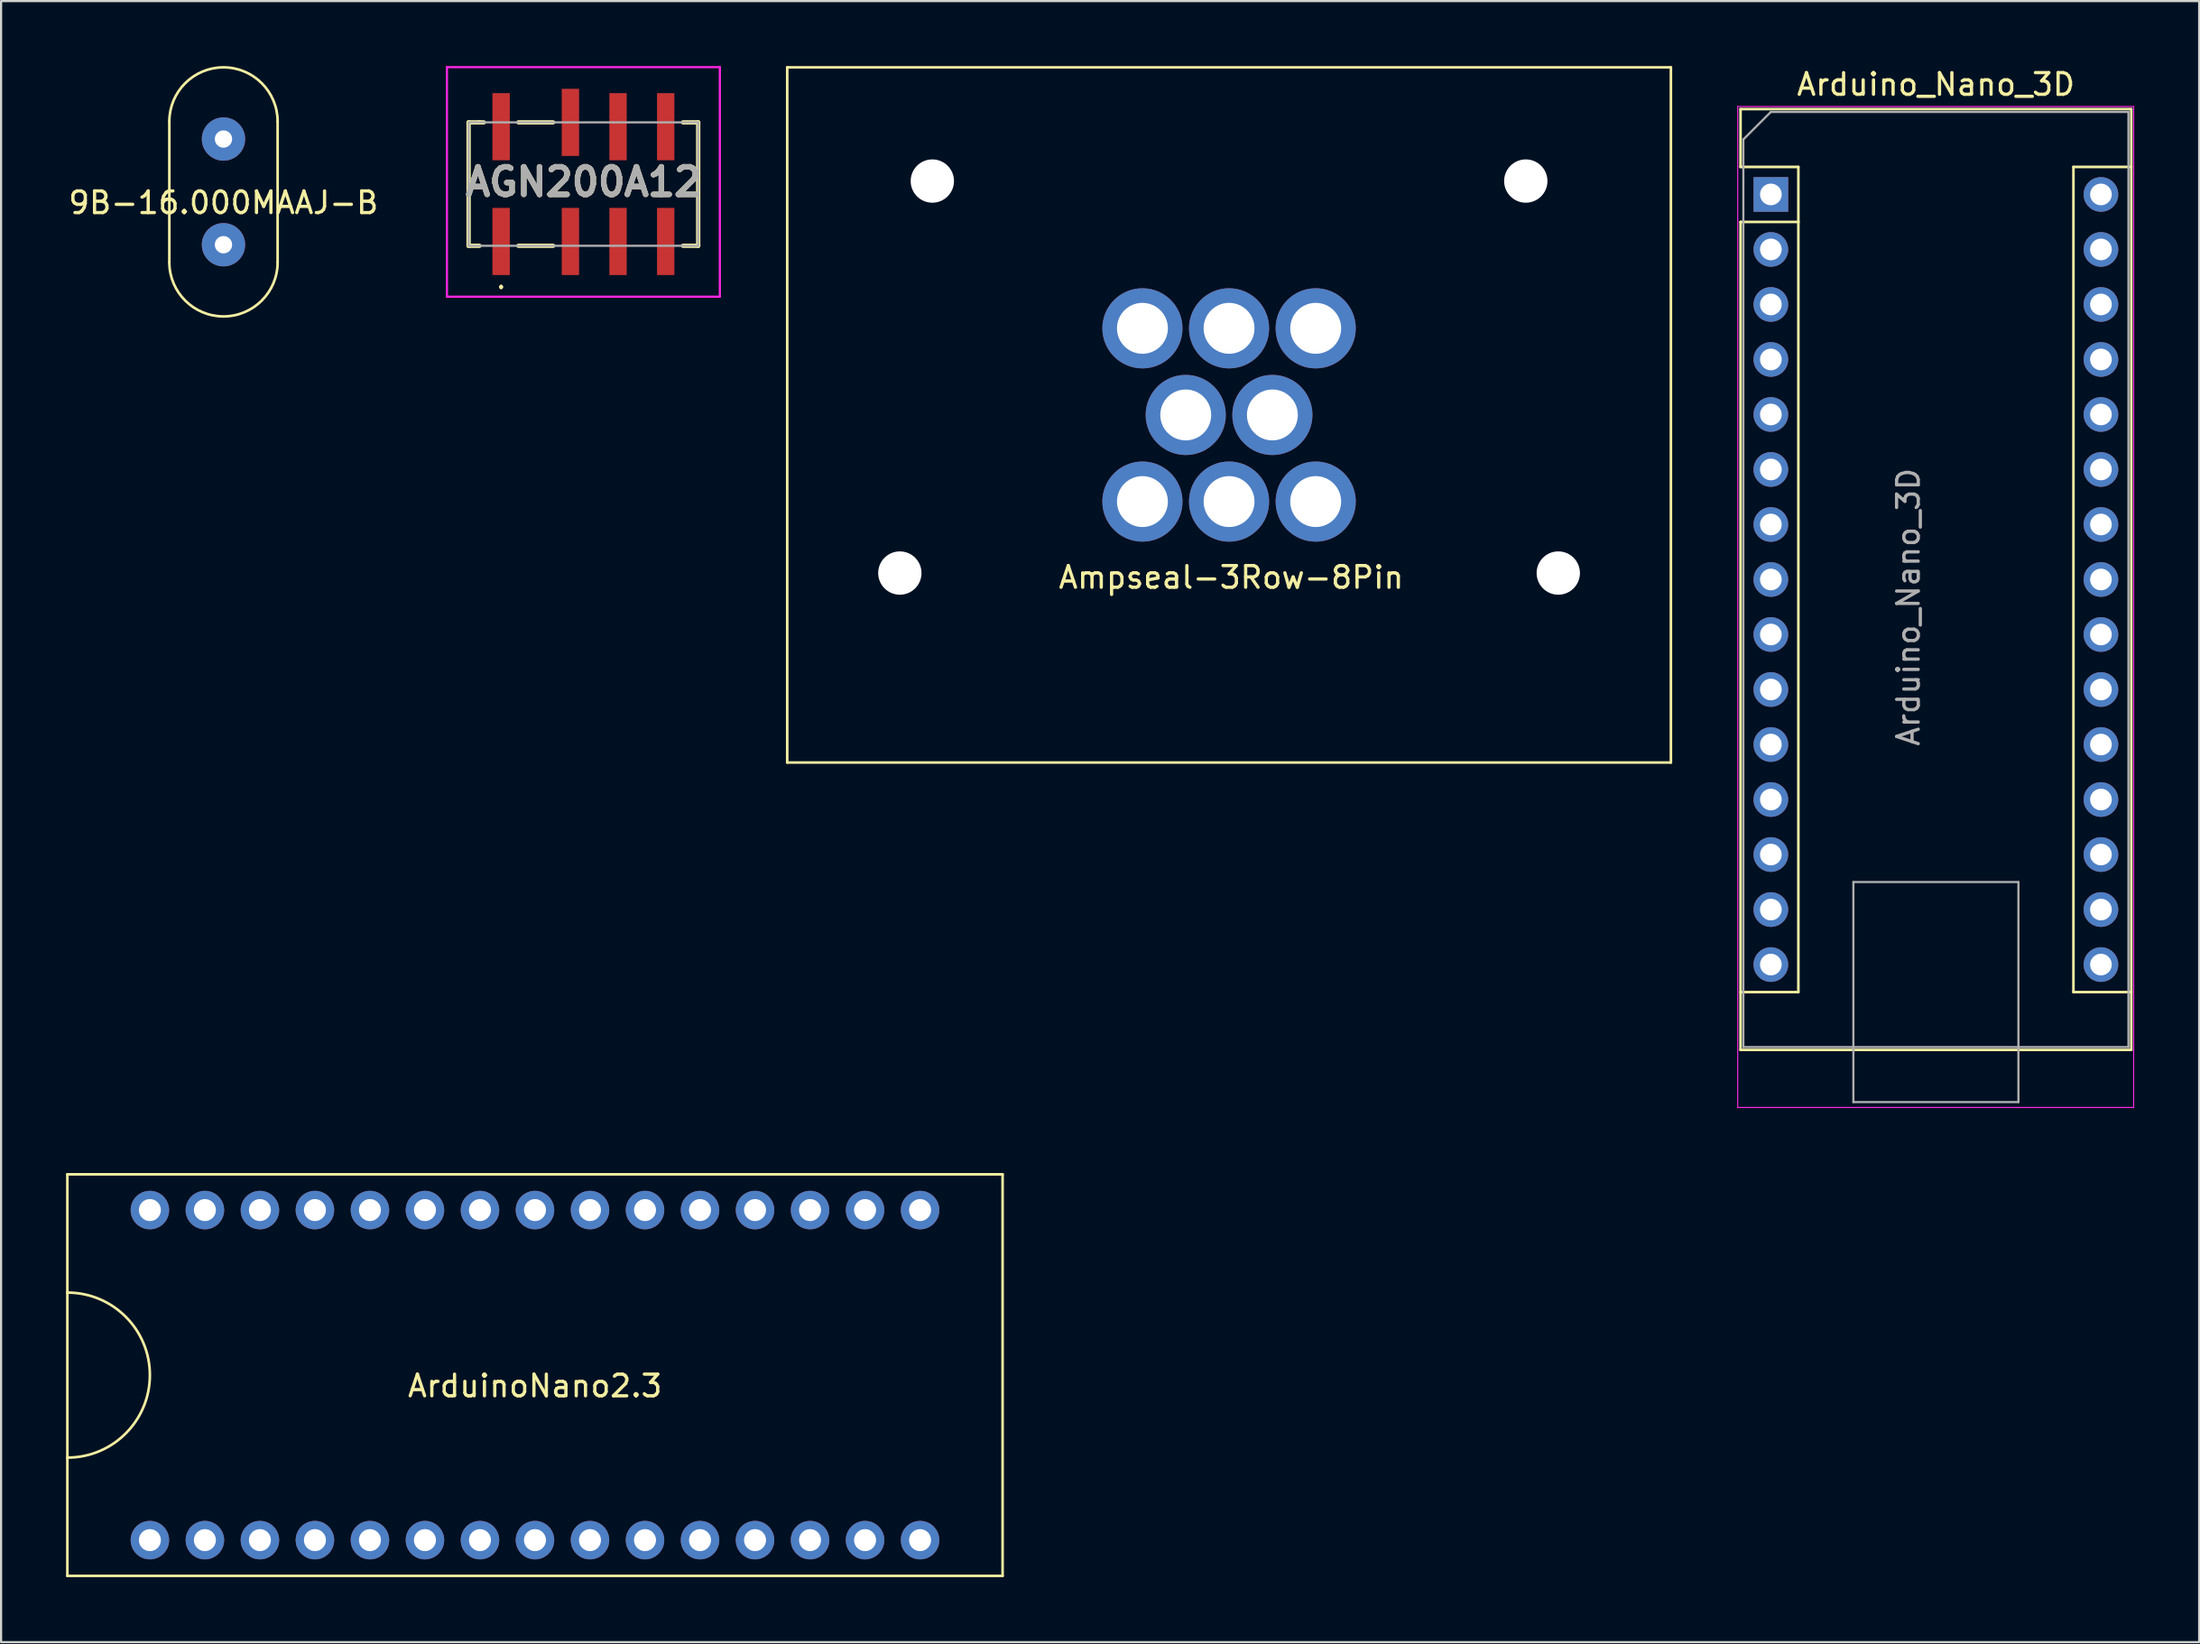
<source format=kicad_pcb>
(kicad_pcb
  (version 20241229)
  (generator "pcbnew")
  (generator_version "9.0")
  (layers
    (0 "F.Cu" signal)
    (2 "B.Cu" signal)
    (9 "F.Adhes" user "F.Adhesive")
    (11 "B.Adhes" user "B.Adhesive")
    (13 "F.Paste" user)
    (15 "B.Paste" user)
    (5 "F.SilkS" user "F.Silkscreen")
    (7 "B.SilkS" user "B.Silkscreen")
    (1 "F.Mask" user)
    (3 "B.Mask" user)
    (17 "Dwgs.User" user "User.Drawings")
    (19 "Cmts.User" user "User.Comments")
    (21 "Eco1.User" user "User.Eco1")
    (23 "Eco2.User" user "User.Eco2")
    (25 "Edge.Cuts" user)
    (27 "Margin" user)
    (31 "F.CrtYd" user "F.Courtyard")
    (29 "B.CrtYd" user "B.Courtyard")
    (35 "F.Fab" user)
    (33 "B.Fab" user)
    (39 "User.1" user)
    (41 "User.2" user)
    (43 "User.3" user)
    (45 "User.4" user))
  (footprint "AGN200A12"
    (layer "F.Cu")
    (at 23.886 5.45)
    (property "Reference" "AGN200A12" (at 0 -0.1 0) (layer "F.SilkS") (effects (font (size 1.27 1.27) (thickness 0.254))))
    (attr smd)
    (fp_line (start -5.3 -2.85) (end -4.8 -2.85) (stroke (width 0.2) (type solid)) (layer "F.SilkS"))
    (fp_line (start -5.3 2.85) (end -5.3 -2.85) (stroke (width 0.2) (type solid)) (layer "F.SilkS"))
    (fp_line (start -4.8 -2.85) (end -4.6 -2.85) (stroke (width 0.2) (type solid)) (layer "F.SilkS"))
    (fp_line (start -4.8 2.85) (end -5.3 2.85) (stroke (width 0.2) (type solid)) (layer "F.SilkS"))
    (fp_line (start -3.8 4.7) (end -3.8 4.7) (stroke (width 0.1) (type solid)) (layer "F.SilkS"))
    (fp_line (start -3.8 4.8) (end -3.8 4.8) (stroke (width 0.1) (type solid)) (layer "F.SilkS"))
    (fp_line (start -3 -2.85) (end -1.4 -2.85) (stroke (width 0.2) (type solid)) (layer "F.SilkS"))
    (fp_line (start -3 2.85) (end -1.4 2.85) (stroke (width 0.2) (type solid)) (layer "F.SilkS"))
    (fp_line (start 4.6 -2.85) (end 5.3 -2.85) (stroke (width 0.2) (type solid)) (layer "F.SilkS"))
    (fp_line (start 5.3 -2.85) (end 5.3 2.8) (stroke (width 0.2) (type solid)) (layer "F.SilkS"))
    (fp_line (start 5.3 2.8) (end 5.3 2.85) (stroke (width 0.2) (type solid)) (layer "F.SilkS"))
    (fp_line (start 5.3 2.85) (end 4.6 2.85) (stroke (width 0.2) (type solid)) (layer "F.SilkS"))
    (fp_arc (start -3.8 4.7) (mid -3.75 4.75) (end -3.8 4.8) (stroke (width 0.1) (type solid)) (layer "F.SilkS"))
    (fp_arc (start -3.8 4.8) (mid -3.85 4.75) (end -3.8 4.7) (stroke (width 0.1) (type solid)) (layer "F.SilkS"))
    (fp_line (start -6.3 -5.4) (end 6.3 -5.4) (stroke (width 0.1) (type solid)) (layer "F.CrtYd"))
    (fp_line (start -6.3 5.2) (end -6.3 -5.4) (stroke (width 0.1) (type solid)) (layer "F.CrtYd"))
    (fp_line (start 6.3 -5.4) (end 6.3 5.2) (stroke (width 0.1) (type solid)) (layer "F.CrtYd"))
    (fp_line (start 6.3 5.2) (end -6.3 5.2) (stroke (width 0.1) (type solid)) (layer "F.CrtYd"))
    (fp_line (start -5.3 -2.85) (end -5.3 2.85) (stroke (width 0.1) (type solid)) (layer "F.Fab"))
    (fp_line (start -5.3 2.85) (end 5.3 2.85) (stroke (width 0.1) (type solid)) (layer "F.Fab"))
    (fp_line (start 5.3 -2.85) (end -5.3 -2.85) (stroke (width 0.1) (type solid)) (layer "F.Fab"))
    (fp_line (start 5.3 2.85) (end 5.3 -2.85) (stroke (width 0.1) (type solid)) (layer "F.Fab"))
    (fp_text user "${REFERENCE}" (at 0 -0.1 0) (layer "F.Fab") (effects (font (size 1.27 1.27) (thickness 0.254))))
    (pad "1" smd rect (at -3.8 2.65) (size 0.8 3.1) (layers "F.Cu" "F.Mask" "F.Paste"))
    (pad "2" smd rect (at -0.6 2.65) (size 0.8 3.1) (layers "F.Cu" "F.Mask" "F.Paste"))
    (pad "3" smd rect (at 1.6 2.65) (size 0.8 3.1) (layers "F.Cu" "F.Mask" "F.Paste"))
    (pad "4" smd rect (at 3.8 2.65) (size 0.8 3.1) (layers "F.Cu" "F.Mask" "F.Paste"))
    (pad "5" smd rect (at 3.8 -2.65) (size 0.8 3.1) (layers "F.Cu" "F.Mask" "F.Paste"))
    (pad "6" smd rect (at 1.6 -2.65) (size 0.8 3.1) (layers "F.Cu" "F.Mask" "F.Paste"))
    (pad "7" smd rect (at -0.6 -2.85) (size 0.8 3.1) (layers "F.Cu" "F.Mask" "F.Paste"))
    (pad "8" smd rect (at -3.8 -2.65) (size 0.8 3.1) (layers "F.Cu" "F.Mask" "F.Paste")))
  (footprint "Ampseal-3Row-8Pin"
    (layer "F.Cu")
    (at 53.696 16.11)
    (property "Reference" "Ampseal-3Row-8Pin" (at 0.1 7.5 0) (layer "F.SilkS") (effects (font (size 1 1) (thickness 0.15))))
    (attr through_hole)
    (fp_line (start -20.4 -16.05) (end 20.4 -16.05) (stroke (width 0.12) (type solid)) (layer "F.SilkS"))
    (fp_line (start -20.4 16.05) (end -20.4 -16.05) (stroke (width 0.12) (type solid)) (layer "F.SilkS"))
    (fp_line (start 20.4 -16.05) (end 20.4 16.05) (stroke (width 0.12) (type solid)) (layer "F.SilkS"))
    (fp_line (start 20.4 16.05) (end -20.4 16.05) (stroke (width 0.12) (type solid)) (layer "F.SilkS"))
    (pad "" np_thru_hole circle (at -15.2 7.3) (size 2 2) (drill 2) (layers "*.Cu" "*.Mask"))
    (pad "" np_thru_hole circle (at -13.7 -10.8) (size 2 2) (drill 2) (layers "*.Cu" "*.Mask"))
    (pad "" np_thru_hole circle (at 13.7 -10.8) (size 2 2) (drill 2) (layers "*.Cu" "*.Mask"))
    (pad "" np_thru_hole circle (at 15.2 7.3) (size 2 2) (drill 2) (layers "*.Cu" "*.Mask"))
    (pad "1" thru_hole circle (at -4 -4) (size 3.7 3.7) (drill 2.35) (layers "*.Cu" "*.Mask"))
    (pad "2" thru_hole circle (at 0 -4) (size 3.7 3.7) (drill 2.35) (layers "*.Cu" "*.Mask"))
    (pad "3" thru_hole circle (at 4 -4) (size 3.7 3.7) (drill 2.35) (layers "*.Cu" "*.Mask"))
    (pad "4" thru_hole circle (at -2 0) (size 3.7 3.7) (drill 2.35) (layers "*.Cu" "*.Mask"))
    (pad "5" thru_hole circle (at 2 0) (size 3.7 3.7) (drill 2.35) (layers "*.Cu" "*.Mask"))
    (pad "6" thru_hole circle (at -4 4) (size 3.7 3.7) (drill 2.35) (layers "*.Cu" "*.Mask"))
    (pad "7" thru_hole circle (at 0 4) (size 3.7 3.7) (drill 2.35) (layers "*.Cu" "*.Mask"))
    (pad "8" thru_hole circle (at 4 4) (size 3.7 3.7) (drill 2.35) (layers "*.Cu" "*.Mask")))
  (footprint "Arduino_Nano_3D"
    (layer "F.Cu")
    (at 78.711 5.928)
    (property "Reference" "Arduino_Nano_3D" (at 7.62 -5.08 0) (layer "F.SilkS") (effects (font (size 1 1) (thickness 0.15))))
    (attr through_hole)
    (fp_line (start -1.4 -3.94) (end -1.4 -1.27) (stroke (width 0.12) (type solid)) (layer "F.SilkS"))
    (fp_line (start -1.4 1.27) (end -1.4 39.5) (stroke (width 0.12) (type solid)) (layer "F.SilkS"))
    (fp_line (start -1.4 39.5) (end 16.64 39.5) (stroke (width 0.12) (type solid)) (layer "F.SilkS"))
    (fp_line (start 1.27 -1.27) (end -1.4 -1.27) (stroke (width 0.12) (type solid)) (layer "F.SilkS"))
    (fp_line (start 1.27 1.27) (end -1.4 1.27) (stroke (width 0.12) (type solid)) (layer "F.SilkS"))
    (fp_line (start 1.27 1.27) (end 1.27 -1.27) (stroke (width 0.12) (type solid)) (layer "F.SilkS"))
    (fp_line (start 1.27 1.27) (end 1.27 36.83) (stroke (width 0.12) (type solid)) (layer "F.SilkS"))
    (fp_line (start 1.27 36.83) (end -1.4 36.83) (stroke (width 0.12) (type solid)) (layer "F.SilkS"))
    (fp_line (start 13.97 -1.27) (end 13.97 36.83) (stroke (width 0.12) (type solid)) (layer "F.SilkS"))
    (fp_line (start 13.97 -1.27) (end 16.64 -1.27) (stroke (width 0.12) (type solid)) (layer "F.SilkS"))
    (fp_line (start 13.97 36.83) (end 16.64 36.83) (stroke (width 0.12) (type solid)) (layer "F.SilkS"))
    (fp_line (start 16.64 -3.94) (end -1.4 -3.94) (stroke (width 0.12) (type solid)) (layer "F.SilkS"))
    (fp_line (start 16.64 39.5) (end 16.64 -3.94) (stroke (width 0.12) (type solid)) (layer "F.SilkS"))
    (fp_line (start -1.53 -4.06) (end -1.53 42.16) (stroke (width 0.05) (type solid)) (layer "F.CrtYd"))
    (fp_line (start -1.53 -4.06) (end 16.75 -4.06) (stroke (width 0.05) (type solid)) (layer "F.CrtYd"))
    (fp_line (start 16.75 42.16) (end -1.53 42.16) (stroke (width 0.05) (type solid)) (layer "F.CrtYd"))
    (fp_line (start 16.75 42.16) (end 16.75 -4.06) (stroke (width 0.05) (type solid)) (layer "F.CrtYd"))
    (fp_line (start -1.27 -2.54) (end 0 -3.81) (stroke (width 0.1) (type solid)) (layer "F.Fab"))
    (fp_line (start -1.27 39.37) (end -1.27 -2.54) (stroke (width 0.1) (type solid)) (layer "F.Fab"))
    (fp_line (start 0 -3.81) (end 16.51 -3.81) (stroke (width 0.1) (type solid)) (layer "F.Fab"))
    (fp_line (start 3.81 31.75) (end 11.43 31.75) (stroke (width 0.1) (type solid)) (layer "F.Fab"))
    (fp_line (start 3.81 41.91) (end 3.81 31.75) (stroke (width 0.1) (type solid)) (layer "F.Fab"))
    (fp_line (start 11.43 31.75) (end 11.43 41.91) (stroke (width 0.1) (type solid)) (layer "F.Fab"))
    (fp_line (start 11.43 41.91) (end 3.81 41.91) (stroke (width 0.1) (type solid)) (layer "F.Fab"))
    (fp_line (start 16.51 -3.81) (end 16.51 39.37) (stroke (width 0.1) (type solid)) (layer "F.Fab"))
    (fp_line (start 16.51 39.37) (end -1.27 39.37) (stroke (width 0.1) (type solid)) (layer "F.Fab"))
    (fp_text user "${REFERENCE}" (at 6.35 19.05 90) (layer "F.Fab") (effects (font (size 1 1) (thickness 0.15))))
    (pad "1" thru_hole rect (at 0 0) (size 1.6 1.6) (drill 1) (layers "*.Cu" "*.Mask"))
    (pad "2" thru_hole oval (at 0 2.54) (size 1.6 1.6) (drill 1) (layers "*.Cu" "*.Mask"))
    (pad "3" thru_hole oval (at 0 5.08) (size 1.6 1.6) (drill 1) (layers "*.Cu" "*.Mask"))
    (pad "4" thru_hole oval (at 0 7.62) (size 1.6 1.6) (drill 1) (layers "*.Cu" "*.Mask"))
    (pad "5" thru_hole oval (at 0 10.16) (size 1.6 1.6) (drill 1) (layers "*.Cu" "*.Mask"))
    (pad "6" thru_hole oval (at 0 12.7) (size 1.6 1.6) (drill 1) (layers "*.Cu" "*.Mask"))
    (pad "7" thru_hole oval (at 0 15.24) (size 1.6 1.6) (drill 1) (layers "*.Cu" "*.Mask"))
    (pad "8" thru_hole oval (at 0 17.78) (size 1.6 1.6) (drill 1) (layers "*.Cu" "*.Mask"))
    (pad "9" thru_hole oval (at 0 20.32) (size 1.6 1.6) (drill 1) (layers "*.Cu" "*.Mask"))
    (pad "10" thru_hole oval (at 0 22.86) (size 1.6 1.6) (drill 1) (layers "*.Cu" "*.Mask"))
    (pad "11" thru_hole oval (at 0 25.4) (size 1.6 1.6) (drill 1) (layers "*.Cu" "*.Mask"))
    (pad "12" thru_hole oval (at 0 27.94) (size 1.6 1.6) (drill 1) (layers "*.Cu" "*.Mask"))
    (pad "13" thru_hole oval (at 0 30.48) (size 1.6 1.6) (drill 1) (layers "*.Cu" "*.Mask"))
    (pad "14" thru_hole oval (at 0 33.02) (size 1.6 1.6) (drill 1) (layers "*.Cu" "*.Mask"))
    (pad "15" thru_hole oval (at 0 35.56) (size 1.6 1.6) (drill 1) (layers "*.Cu" "*.Mask"))
    (pad "16" thru_hole oval (at 15.24 35.56) (size 1.6 1.6) (drill 1) (layers "*.Cu" "*.Mask"))
    (pad "17" thru_hole oval (at 15.24 33.02) (size 1.6 1.6) (drill 1) (layers "*.Cu" "*.Mask"))
    (pad "18" thru_hole oval (at 15.24 30.48) (size 1.6 1.6) (drill 1) (layers "*.Cu" "*.Mask"))
    (pad "19" thru_hole oval (at 15.24 27.94) (size 1.6 1.6) (drill 1) (layers "*.Cu" "*.Mask"))
    (pad "20" thru_hole oval (at 15.24 25.4) (size 1.6 1.6) (drill 1) (layers "*.Cu" "*.Mask"))
    (pad "21" thru_hole oval (at 15.24 22.86) (size 1.6 1.6) (drill 1) (layers "*.Cu" "*.Mask"))
    (pad "22" thru_hole oval (at 15.24 20.32) (size 1.6 1.6) (drill 1) (layers "*.Cu" "*.Mask"))
    (pad "23" thru_hole oval (at 15.24 17.78) (size 1.6 1.6) (drill 1) (layers "*.Cu" "*.Mask"))
    (pad "24" thru_hole oval (at 15.24 15.24) (size 1.6 1.6) (drill 1) (layers "*.Cu" "*.Mask"))
    (pad "25" thru_hole oval (at 15.24 12.7) (size 1.6 1.6) (drill 1) (layers "*.Cu" "*.Mask"))
    (pad "26" thru_hole oval (at 15.24 10.16) (size 1.6 1.6) (drill 1) (layers "*.Cu" "*.Mask"))
    (pad "27" thru_hole oval (at 15.24 7.62) (size 1.6 1.6) (drill 1) (layers "*.Cu" "*.Mask"))
    (pad "28" thru_hole oval (at 15.24 5.08) (size 1.6 1.6) (drill 1) (layers "*.Cu" "*.Mask"))
    (pad "29" thru_hole oval (at 15.24 2.54) (size 1.6 1.6) (drill 1) (layers "*.Cu" "*.Mask"))
    (pad "30" thru_hole oval (at 15.24 0) (size 1.6 1.6) (drill 1) (layers "*.Cu" "*.Mask")))
  (footprint "ArduinoNano2.3"
    (layer "F.Cu")
    (at 21.65 60.444)
    (property "Reference" "ArduinoNano2.3" (at 0 0.5 0) (layer "F.SilkS") (effects (font (size 1 1) (thickness 0.15))))
    (attr through_hole)
    (fp_line (start -21.59 -9.271) (end -21.59 9.271) (stroke (width 0.12) (type solid)) (layer "F.SilkS"))
    (fp_line (start -21.59 -9.271) (end 21.59 -9.271) (stroke (width 0.12) (type solid)) (layer "F.SilkS"))
    (fp_line (start -21.59 9.271) (end 21.59 9.271) (stroke (width 0.12) (type solid)) (layer "F.SilkS"))
    (fp_line (start 21.59 -9.271) (end 21.59 9.271) (stroke (width 0.12) (type solid)) (layer "F.SilkS"))
    (fp_arc (start -21.59 -3.81) (mid -17.78 0) (end -21.59 3.81) (stroke (width 0.12) (type solid)) (layer "F.SilkS"))
    (pad "1" thru_hole circle (at -17.78 7.62) (size 1.778 1.778) (drill 1.016) (layers "*.Cu" "*.Mask"))
    (pad "2" thru_hole circle (at -15.24 7.62) (size 1.778 1.778) (drill 1.016) (layers "*.Cu" "*.Mask"))
    (pad "3" thru_hole circle (at -12.7 7.62) (size 1.778 1.778) (drill 1.016) (layers "*.Cu" "*.Mask"))
    (pad "4" thru_hole circle (at -10.16 7.62) (size 1.778 1.778) (drill 1.016) (layers "*.Cu" "*.Mask"))
    (pad "5" thru_hole circle (at -7.62 7.62) (size 1.778 1.778) (drill 1.016) (layers "*.Cu" "*.Mask"))
    (pad "6" thru_hole circle (at -5.08 7.62) (size 1.778 1.778) (drill 1.016) (layers "*.Cu" "*.Mask"))
    (pad "7" thru_hole circle (at -2.54 7.62) (size 1.778 1.778) (drill 1.016) (layers "*.Cu" "*.Mask"))
    (pad "8" thru_hole circle (at 0 7.62) (size 1.778 1.778) (drill 1.016) (layers "*.Cu" "*.Mask"))
    (pad "9" thru_hole circle (at 2.54 7.62) (size 1.778 1.778) (drill 1.016) (layers "*.Cu" "*.Mask"))
    (pad "10" thru_hole circle (at 5.08 7.62) (size 1.778 1.778) (drill 1.016) (layers "*.Cu" "*.Mask"))
    (pad "11" thru_hole circle (at 7.62 7.62) (size 1.778 1.778) (drill 1.016) (layers "*.Cu" "*.Mask"))
    (pad "12" thru_hole circle (at 10.16 7.62) (size 1.778 1.778) (drill 1.016) (layers "*.Cu" "*.Mask"))
    (pad "13" thru_hole circle (at 12.7 7.62) (size 1.778 1.778) (drill 1.016) (layers "*.Cu" "*.Mask"))
    (pad "14" thru_hole circle (at 15.24 7.62) (size 1.778 1.778) (drill 1.016) (layers "*.Cu" "*.Mask"))
    (pad "15" thru_hole circle (at 17.78 7.62) (size 1.778 1.778) (drill 1.016) (layers "*.Cu" "*.Mask"))
    (pad "16" thru_hole circle (at 17.78 -7.62) (size 1.778 1.778) (drill 1.016) (layers "*.Cu" "*.Mask"))
    (pad "17" thru_hole circle (at 15.24 -7.62) (size 1.778 1.778) (drill 1.016) (layers "*.Cu" "*.Mask"))
    (pad "18" thru_hole circle (at 12.7 -7.62) (size 1.778 1.778) (drill 1.016) (layers "*.Cu" "*.Mask"))
    (pad "19" thru_hole circle (at 10.16 -7.62) (size 1.778 1.778) (drill 1.016) (layers "*.Cu" "*.Mask"))
    (pad "20" thru_hole circle (at 7.62 -7.62) (size 1.778 1.778) (drill 1.016) (layers "*.Cu" "*.Mask"))
    (pad "21" thru_hole circle (at 5.08 -7.62) (size 1.778 1.778) (drill 1.016) (layers "*.Cu" "*.Mask"))
    (pad "22" thru_hole circle (at 2.54 -7.62) (size 1.778 1.778) (drill 1.016) (layers "*.Cu" "*.Mask"))
    (pad "23" thru_hole circle (at 0 -7.62) (size 1.778 1.778) (drill 1.016) (layers "*.Cu" "*.Mask"))
    (pad "24" thru_hole circle (at -2.54 -7.62) (size 1.778 1.778) (drill 1.016) (layers "*.Cu" "*.Mask"))
    (pad "25" thru_hole circle (at -5.08 -7.62) (size 1.778 1.778) (drill 1.016) (layers "*.Cu" "*.Mask"))
    (pad "26" thru_hole circle (at -7.62 -7.62) (size 1.778 1.778) (drill 1.016) (layers "*.Cu" "*.Mask"))
    (pad "27" thru_hole circle (at -10.16 -7.62) (size 1.778 1.778) (drill 1.016) (layers "*.Cu" "*.Mask"))
    (pad "28" thru_hole circle (at -12.7 -7.62) (size 1.778 1.778) (drill 1.016) (layers "*.Cu" "*.Mask"))
    (pad "29" thru_hole circle (at -15.24 -7.62) (size 1.778 1.778) (drill 1.016) (layers "*.Cu" "*.Mask"))
    (pad "30" thru_hole circle (at -17.78 -7.62) (size 1.778 1.778) (drill 1.016) (layers "*.Cu" "*.Mask")))
  (footprint "9B-16.000MAAJ-B"
    (layer "F.Cu")
    (at 7.268 5.81)
    (property "Reference" "9B-16.000MAAJ-B" (at 0 0.5 0) (layer "F.SilkS") (effects (font (size 1 1) (thickness 0.15))))
    (attr through_hole)
    (fp_line (start -2.5 3.25) (end -2.5 -3.25) (stroke (width 0.12) (type solid)) (layer "F.SilkS"))
    (fp_line (start 2.5 3.25) (end 2.5 -3.25) (stroke (width 0.12) (type solid)) (layer "F.SilkS"))
    (fp_arc (start -2.5 -3.25) (mid 0 -5.75) (end 2.5 -3.25) (stroke (width 0.12) (type solid)) (layer "F.SilkS"))
    (fp_arc (start 2.5 3.25) (mid 0 5.75) (end -2.5 3.25) (stroke (width 0.12) (type solid)) (layer "F.SilkS"))
    (pad "1" thru_hole circle (at 0 -2.44) (size 2 2) (drill 0.8) (layers "*.Cu" "*.Mask"))
    (pad "2" thru_hole circle (at 0 2.44) (size 2 2) (drill 0.8) (layers "*.Cu" "*.Mask")))
  (gr_rect
    (start -3 -3)
    (end 98.486 72.775)
    (stroke (width 0.1) (type default))
    (fill no)
    (layer "Edge.Cuts")))
</source>
